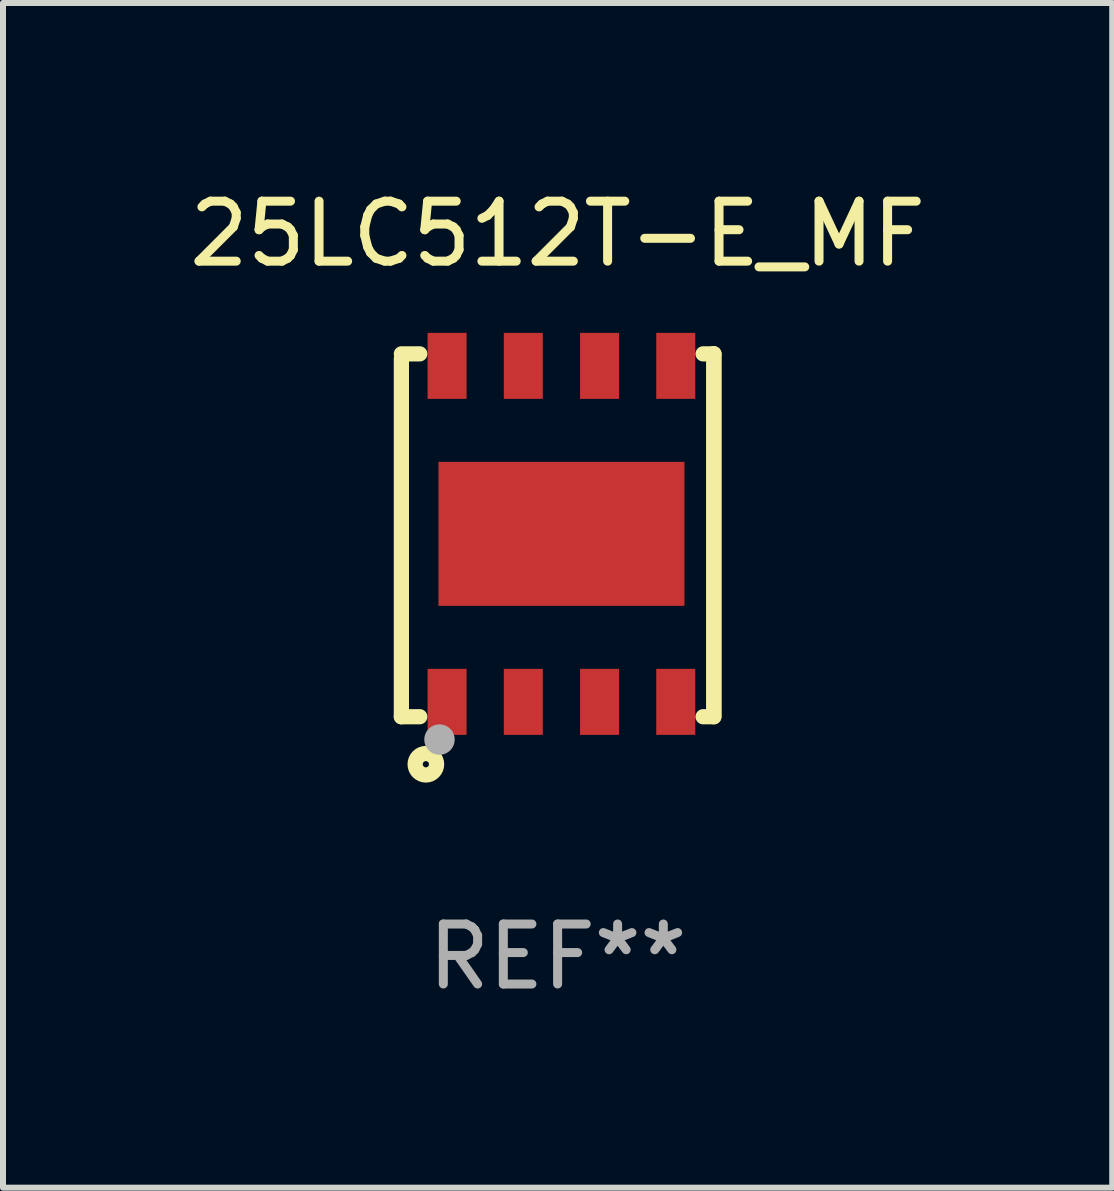
<source format=kicad_pcb>
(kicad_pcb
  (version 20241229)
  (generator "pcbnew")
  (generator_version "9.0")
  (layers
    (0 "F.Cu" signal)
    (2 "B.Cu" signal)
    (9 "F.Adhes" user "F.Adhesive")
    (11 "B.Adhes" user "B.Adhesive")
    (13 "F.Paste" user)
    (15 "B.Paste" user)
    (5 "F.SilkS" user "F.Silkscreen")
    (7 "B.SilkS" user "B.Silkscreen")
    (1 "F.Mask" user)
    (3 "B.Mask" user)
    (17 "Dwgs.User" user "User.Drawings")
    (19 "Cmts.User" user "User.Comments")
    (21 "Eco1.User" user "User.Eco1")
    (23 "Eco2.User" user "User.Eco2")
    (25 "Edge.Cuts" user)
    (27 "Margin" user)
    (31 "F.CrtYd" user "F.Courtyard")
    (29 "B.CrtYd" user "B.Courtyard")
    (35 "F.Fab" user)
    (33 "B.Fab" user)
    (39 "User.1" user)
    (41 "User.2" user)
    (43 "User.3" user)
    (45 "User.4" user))
  (footprint "25LC512T-E_MF"
    (layer "F.Cu")
    (at 6.244 5.872)
    (property "Reference" "25LC512T-E_MF" (at 0 -5.024 0) (layer "F.SilkS") (effects (font (size 1 1) (thickness 0.15))))
    (attr through_hole)
    (fp_line (start -2.604 -2.945) (end -2.604 3.024) (stroke (width 0.254) (type solid)) (layer "F.SilkS"))
    (fp_line (start -2.604 3.024) (end -2.298 3.024) (stroke (width 0.254) (type solid)) (layer "F.SilkS"))
    (fp_line (start -2.298 -3.024) (end -2.604 -3.024) (stroke (width 0.254) (type solid)) (layer "F.SilkS"))
    (fp_line (start 2.425 3.024) (end 2.604 3.024) (stroke (width 0.254) (type solid)) (layer "F.SilkS"))
    (fp_line (start 2.604 -3.024) (end 2.425 -3.024) (stroke (width 0.254) (type solid)) (layer "F.SilkS"))
    (fp_line (start 2.604 -3.024) (end 2.604 2.976) (stroke (width 0.254) (type solid)) (layer "F.SilkS"))
    (fp_line (start 2.604 3.024) (end 2.604 -3.024) (stroke (width 0.254) (type solid)) (layer "F.SilkS"))
    (fp_circle (center -2.437 2.976) (end -2.407 2.976) (stroke (width 0.06) (type solid)) (fill no) (layer "F.SilkS"))
    (fp_circle (center -2.196 3.816) (end -2.017 3.816) (stroke (width 0.254) (type solid)) (fill no) (layer "F.SilkS"))
    (fp_circle (center -1.969 3.405) (end -1.842 3.405) (stroke (width 0.254) (type solid)) (fill no) (layer "F.Fab"))
    (fp_text user "REF**" (at 0 7.024 0) (layer "F.Fab") (effects (font (size 1 1) (thickness 0.15))))
    (pad "1" smd rect (at -1.842 2.776) (size 0.65 1.1) (layers "F.Cu" "F.Mask" "F.Paste"))
    (pad "2" smd rect (at -0.572 2.776) (size 0.65 1.1) (layers "F.Cu" "F.Mask" "F.Paste"))
    (pad "3" smd rect (at 0.699 2.776) (size 0.65 1.1) (layers "F.Cu" "F.Mask" "F.Paste"))
    (pad "4" smd rect (at 1.969 2.776) (size 0.65 1.1) (layers "F.Cu" "F.Mask" "F.Paste"))
    (pad "5" smd rect (at 1.969 -2.824) (size 0.65 1.1) (layers "F.Cu" "F.Mask" "F.Paste"))
    (pad "6" smd rect (at 0.699 -2.824) (size 0.65 1.1) (layers "F.Cu" "F.Mask" "F.Paste"))
    (pad "7" smd rect (at -0.572 -2.824) (size 0.65 1.1) (layers "F.Cu" "F.Mask" "F.Paste"))
    (pad "8" smd rect (at -1.842 -2.824) (size 0.65 1.1) (layers "F.Cu" "F.Mask" "F.Paste"))
    (pad "9" smd rect (at 0.064 -0.024) (size 4.1 2.4) (layers "F.Cu" "F.Mask" "F.Paste")))
  (gr_rect
    (start -3 -3)
    (end 15.488 16.745)
    (stroke (width 0.1) (type default))
    (fill no)
    (layer "Edge.Cuts")))
</source>
